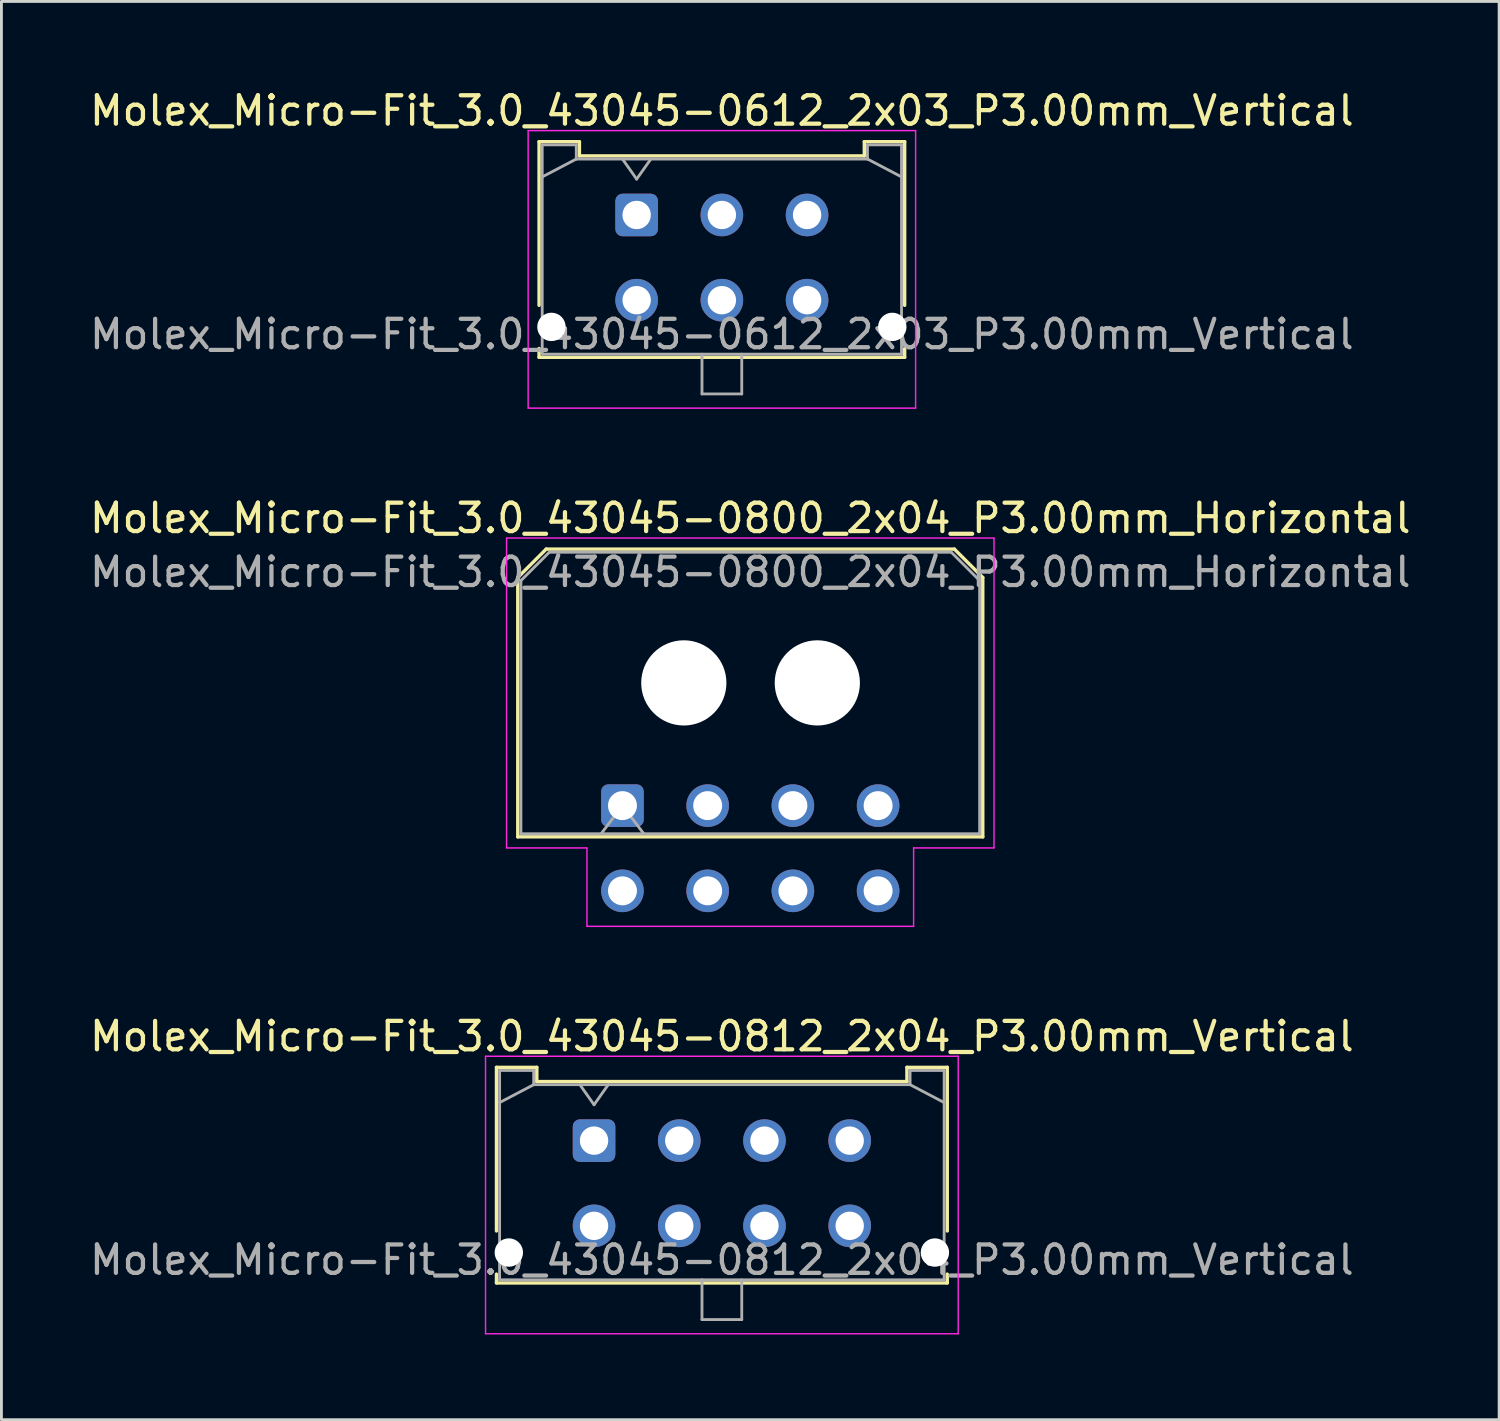
<source format=kicad_pcb>
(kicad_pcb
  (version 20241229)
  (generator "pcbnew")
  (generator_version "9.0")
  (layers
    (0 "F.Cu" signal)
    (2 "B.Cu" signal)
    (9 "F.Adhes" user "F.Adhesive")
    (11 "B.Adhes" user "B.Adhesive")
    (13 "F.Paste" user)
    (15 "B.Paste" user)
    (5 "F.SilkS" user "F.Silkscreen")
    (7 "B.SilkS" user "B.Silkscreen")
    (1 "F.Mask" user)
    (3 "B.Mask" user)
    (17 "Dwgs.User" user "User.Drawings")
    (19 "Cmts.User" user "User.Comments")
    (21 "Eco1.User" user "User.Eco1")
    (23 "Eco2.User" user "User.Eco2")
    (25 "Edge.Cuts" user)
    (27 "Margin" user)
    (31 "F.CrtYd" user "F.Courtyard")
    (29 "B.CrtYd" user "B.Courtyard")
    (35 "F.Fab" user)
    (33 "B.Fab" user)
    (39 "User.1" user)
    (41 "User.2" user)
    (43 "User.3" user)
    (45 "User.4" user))
  (footprint "Molex_Micro-Fit_3.0_43045-0800_2x04_P3.00mm_Horizontal"
    (layer "F.Cu")
    (at 18.863 25.311)
    (property "Reference" "Molex_Micro-Fit_3.0_43045-0800_2x04_P3.00mm_Horizontal" (at 4.5 -10.12 0) (layer "F.SilkS") (effects (font (size 1 1) (thickness 0.15))))
    (attr through_hole)
    (fp_line (start -3.685 -8.03) (end -2.685 -9.03) (stroke (width 0.12) (type solid)) (layer "F.SilkS"))
    (fp_line (start -3.685 1.1) (end -3.685 -8.03) (stroke (width 0.12) (type solid)) (layer "F.SilkS"))
    (fp_line (start -2.685 -9.03) (end 11.685 -9.03) (stroke (width 0.12) (type solid)) (layer "F.SilkS"))
    (fp_line (start 11.685 -9.03) (end 12.685 -8.03) (stroke (width 0.12) (type solid)) (layer "F.SilkS"))
    (fp_line (start 12.685 -8.03) (end 12.685 1.1) (stroke (width 0.12) (type solid)) (layer "F.SilkS"))
    (fp_line (start 12.685 1.1) (end -3.685 1.1) (stroke (width 0.12) (type solid)) (layer "F.SilkS"))
    (fp_line (start -4.08 -9.42) (end 13.08 -9.42) (stroke (width 0.05) (type solid)) (layer "F.CrtYd"))
    (fp_line (start -4.08 1.49) (end -4.08 -9.42) (stroke (width 0.05) (type solid)) (layer "F.CrtYd"))
    (fp_line (start -1.25 1.49) (end -4.08 1.49) (stroke (width 0.05) (type solid)) (layer "F.CrtYd"))
    (fp_line (start -1.25 4.25) (end -1.25 1.49) (stroke (width 0.05) (type solid)) (layer "F.CrtYd"))
    (fp_line (start 10.25 1.49) (end 10.25 4.25) (stroke (width 0.05) (type solid)) (layer "F.CrtYd"))
    (fp_line (start 10.25 4.25) (end -1.25 4.25) (stroke (width 0.05) (type solid)) (layer "F.CrtYd"))
    (fp_line (start 13.08 -9.42) (end 13.08 1.49) (stroke (width 0.05) (type solid)) (layer "F.CrtYd"))
    (fp_line (start 13.08 1.49) (end 10.25 1.49) (stroke (width 0.05) (type solid)) (layer "F.CrtYd"))
    (fp_line (start -3.575 -7.92) (end -2.575 -8.92) (stroke (width 0.1) (type solid)) (layer "F.Fab"))
    (fp_line (start -3.575 0.99) (end -3.575 -7.92) (stroke (width 0.1) (type solid)) (layer "F.Fab"))
    (fp_line (start -2.575 -8.92) (end 11.575 -8.92) (stroke (width 0.1) (type solid)) (layer "F.Fab"))
    (fp_line (start -0.75 0.99) (end 0 0) (stroke (width 0.1) (type solid)) (layer "F.Fab"))
    (fp_line (start 0 0) (end 0.75 0.99) (stroke (width 0.1) (type solid)) (layer "F.Fab"))
    (fp_line (start 11.575 -8.92) (end 12.575 -7.92) (stroke (width 0.1) (type solid)) (layer "F.Fab"))
    (fp_line (start 12.575 -7.92) (end 12.575 0.99) (stroke (width 0.1) (type solid)) (layer "F.Fab"))
    (fp_line (start 12.575 0.99) (end -3.575 0.99) (stroke (width 0.1) (type solid)) (layer "F.Fab"))
    (fp_text user "${REFERENCE}" (at 4.5 -8.22 0) (layer "F.Fab") (effects (font (size 1 1) (thickness 0.15))))
    (pad "" np_thru_hole circle (at 2.16 -4.32) (size 3 3) (drill 3) (layers "*.Cu" "*.Mask"))
    (pad "" np_thru_hole circle (at 6.86 -4.32) (size 3 3) (drill 3) (layers "*.Cu" "*.Mask"))
    (pad "1" thru_hole roundrect (at 0 0) (size 1.5 1.5) (drill 1.02) (layers "*.Cu" "*.Mask") (roundrect_rratio 0.167))
    (pad "2" thru_hole circle (at 3 0) (size 1.5 1.5) (drill 1.02) (layers "*.Cu" "*.Mask"))
    (pad "3" thru_hole circle (at 6 0) (size 1.5 1.5) (drill 1.02) (layers "*.Cu" "*.Mask"))
    (pad "4" thru_hole circle (at 9 0) (size 1.5 1.5) (drill 1.02) (layers "*.Cu" "*.Mask"))
    (pad "5" thru_hole circle (at 0 3) (size 1.5 1.5) (drill 1.02) (layers "*.Cu" "*.Mask"))
    (pad "6" thru_hole circle (at 3 3) (size 1.5 1.5) (drill 1.02) (layers "*.Cu" "*.Mask"))
    (pad "7" thru_hole circle (at 6 3) (size 1.5 1.5) (drill 1.02) (layers "*.Cu" "*.Mask"))
    (pad "8" thru_hole circle (at 9 3) (size 1.5 1.5) (drill 1.02) (layers "*.Cu" "*.Mask")))
  (footprint "Molex_Micro-Fit_3.0_43045-0612_2x03_P3.00mm_Vertical"
    (layer "F.Cu")
    (at 19.363 4.518)
    (property "Reference" "Molex_Micro-Fit_3.0_43045-0612_2x03_P3.00mm_Vertical" (at 3 -3.67 0) (layer "F.SilkS") (effects (font (size 1 1) (thickness 0.15))))
    (attr through_hole)
    (fp_line (start -3.435 -2.58) (end -2.015 -2.58) (stroke (width 0.12) (type solid)) (layer "F.SilkS"))
    (fp_line (start -3.435 3.18) (end -3.435 -2.58) (stroke (width 0.12) (type solid)) (layer "F.SilkS"))
    (fp_line (start -3.435 4.7) (end -3.435 5.01) (stroke (width 0.12) (type solid)) (layer "F.SilkS"))
    (fp_line (start -3.435 5.01) (end 9.435 5.01) (stroke (width 0.12) (type solid)) (layer "F.SilkS"))
    (fp_line (start -2.015 -2.58) (end -2.015 -2.08) (stroke (width 0.12) (type solid)) (layer "F.SilkS"))
    (fp_line (start -2.015 -2.08) (end 8.015 -2.08) (stroke (width 0.12) (type solid)) (layer "F.SilkS"))
    (fp_line (start 8.015 -2.58) (end 9.435 -2.58) (stroke (width 0.12) (type solid)) (layer "F.SilkS"))
    (fp_line (start 8.015 -2.08) (end 8.015 -2.58) (stroke (width 0.12) (type solid)) (layer "F.SilkS"))
    (fp_line (start 9.435 -2.58) (end 9.435 3.18) (stroke (width 0.12) (type solid)) (layer "F.SilkS"))
    (fp_line (start 9.435 5.01) (end 9.435 4.7) (stroke (width 0.12) (type solid)) (layer "F.SilkS"))
    (fp_line (start -3.82 -2.97) (end 9.82 -2.97) (stroke (width 0.05) (type solid)) (layer "F.CrtYd"))
    (fp_line (start -3.82 6.8) (end -3.82 -2.97) (stroke (width 0.05) (type solid)) (layer "F.CrtYd"))
    (fp_line (start 9.82 -2.97) (end 9.82 6.8) (stroke (width 0.05) (type solid)) (layer "F.CrtYd"))
    (fp_line (start 9.82 6.8) (end -3.82 6.8) (stroke (width 0.05) (type solid)) (layer "F.CrtYd"))
    (fp_line (start -3.325 -2.47) (end -3.325 4.9) (stroke (width 0.1) (type solid)) (layer "F.Fab"))
    (fp_line (start -3.325 -1.34) (end -2.125 -1.97) (stroke (width 0.1) (type solid)) (layer "F.Fab"))
    (fp_line (start -3.325 4.9) (end 9.325 4.9) (stroke (width 0.1) (type solid)) (layer "F.Fab"))
    (fp_line (start -2.125 -2.47) (end -3.325 -2.47) (stroke (width 0.1) (type solid)) (layer "F.Fab"))
    (fp_line (start -2.125 -1.97) (end -2.125 -2.47) (stroke (width 0.1) (type solid)) (layer "F.Fab"))
    (fp_line (start -0.5 -1.97) (end 0 -1.263) (stroke (width 0.1) (type solid)) (layer "F.Fab"))
    (fp_line (start 0 -1.263) (end 0.5 -1.97) (stroke (width 0.1) (type solid)) (layer "F.Fab"))
    (fp_line (start 2.3 4.9) (end 2.3 6.3) (stroke (width 0.1) (type solid)) (layer "F.Fab"))
    (fp_line (start 2.3 6.3) (end 3.7 6.3) (stroke (width 0.1) (type solid)) (layer "F.Fab"))
    (fp_line (start 3.7 6.3) (end 3.7 4.9) (stroke (width 0.1) (type solid)) (layer "F.Fab"))
    (fp_line (start 8.125 -2.47) (end 8.125 -1.97) (stroke (width 0.1) (type solid)) (layer "F.Fab"))
    (fp_line (start 8.125 -1.97) (end -2.125 -1.97) (stroke (width 0.1) (type solid)) (layer "F.Fab"))
    (fp_line (start 9.325 -2.47) (end 8.125 -2.47) (stroke (width 0.1) (type solid)) (layer "F.Fab"))
    (fp_line (start 9.325 -1.34) (end 8.125 -1.97) (stroke (width 0.1) (type solid)) (layer "F.Fab"))
    (fp_line (start 9.325 4.9) (end 9.325 -2.47) (stroke (width 0.1) (type solid)) (layer "F.Fab"))
    (fp_text user "${REFERENCE}" (at 3 4.2 0) (layer "F.Fab") (effects (font (size 1 1) (thickness 0.15))))
    (pad "" np_thru_hole circle (at -3 3.94) (size 1 1) (drill 1) (layers "*.Cu" "*.Mask"))
    (pad "" np_thru_hole circle (at 9 3.94) (size 1 1) (drill 1) (layers "*.Cu" "*.Mask"))
    (pad "1" thru_hole roundrect (at 0 0) (size 1.5 1.5) (drill 1) (layers "*.Cu" "*.Mask") (roundrect_rratio 0.167))
    (pad "2" thru_hole circle (at 3 0) (size 1.5 1.5) (drill 1) (layers "*.Cu" "*.Mask"))
    (pad "3" thru_hole circle (at 6 0) (size 1.5 1.5) (drill 1) (layers "*.Cu" "*.Mask"))
    (pad "4" thru_hole circle (at 0 3) (size 1.5 1.5) (drill 1) (layers "*.Cu" "*.Mask"))
    (pad "5" thru_hole circle (at 3 3) (size 1.5 1.5) (drill 1) (layers "*.Cu" "*.Mask"))
    (pad "6" thru_hole circle (at 6 3) (size 1.5 1.5) (drill 1) (layers "*.Cu" "*.Mask")))
  (footprint "Molex_Micro-Fit_3.0_43045-0812_2x04_P3.00mm_Vertical"
    (layer "F.Cu")
    (at 17.863 37.105)
    (property "Reference" "Molex_Micro-Fit_3.0_43045-0812_2x04_P3.00mm_Vertical" (at 4.5 -3.67 0) (layer "F.SilkS") (effects (font (size 1 1) (thickness 0.15))))
    (attr through_hole)
    (fp_line (start -3.435 -2.58) (end -2.015 -2.58) (stroke (width 0.12) (type solid)) (layer "F.SilkS"))
    (fp_line (start -3.435 3.18) (end -3.435 -2.58) (stroke (width 0.12) (type solid)) (layer "F.SilkS"))
    (fp_line (start -3.435 4.7) (end -3.435 5.01) (stroke (width 0.12) (type solid)) (layer "F.SilkS"))
    (fp_line (start -3.435 5.01) (end 12.435 5.01) (stroke (width 0.12) (type solid)) (layer "F.SilkS"))
    (fp_line (start -2.015 -2.58) (end -2.015 -2.08) (stroke (width 0.12) (type solid)) (layer "F.SilkS"))
    (fp_line (start -2.015 -2.08) (end 11.015 -2.08) (stroke (width 0.12) (type solid)) (layer "F.SilkS"))
    (fp_line (start 11.015 -2.58) (end 12.435 -2.58) (stroke (width 0.12) (type solid)) (layer "F.SilkS"))
    (fp_line (start 11.015 -2.08) (end 11.015 -2.58) (stroke (width 0.12) (type solid)) (layer "F.SilkS"))
    (fp_line (start 12.435 -2.58) (end 12.435 3.18) (stroke (width 0.12) (type solid)) (layer "F.SilkS"))
    (fp_line (start 12.435 5.01) (end 12.435 4.7) (stroke (width 0.12) (type solid)) (layer "F.SilkS"))
    (fp_line (start -3.82 -2.97) (end 12.82 -2.97) (stroke (width 0.05) (type solid)) (layer "F.CrtYd"))
    (fp_line (start -3.82 6.8) (end -3.82 -2.97) (stroke (width 0.05) (type solid)) (layer "F.CrtYd"))
    (fp_line (start 12.82 -2.97) (end 12.82 6.8) (stroke (width 0.05) (type solid)) (layer "F.CrtYd"))
    (fp_line (start 12.82 6.8) (end -3.82 6.8) (stroke (width 0.05) (type solid)) (layer "F.CrtYd"))
    (fp_line (start -3.325 -2.47) (end -3.325 4.9) (stroke (width 0.1) (type solid)) (layer "F.Fab"))
    (fp_line (start -3.325 -1.34) (end -2.125 -1.97) (stroke (width 0.1) (type solid)) (layer "F.Fab"))
    (fp_line (start -3.325 4.9) (end 12.325 4.9) (stroke (width 0.1) (type solid)) (layer "F.Fab"))
    (fp_line (start -2.125 -2.47) (end -3.325 -2.47) (stroke (width 0.1) (type solid)) (layer "F.Fab"))
    (fp_line (start -2.125 -1.97) (end -2.125 -2.47) (stroke (width 0.1) (type solid)) (layer "F.Fab"))
    (fp_line (start -0.5 -1.97) (end 0 -1.263) (stroke (width 0.1) (type solid)) (layer "F.Fab"))
    (fp_line (start 0 -1.263) (end 0.5 -1.97) (stroke (width 0.1) (type solid)) (layer "F.Fab"))
    (fp_line (start 3.8 4.9) (end 3.8 6.3) (stroke (width 0.1) (type solid)) (layer "F.Fab"))
    (fp_line (start 3.8 6.3) (end 5.2 6.3) (stroke (width 0.1) (type solid)) (layer "F.Fab"))
    (fp_line (start 5.2 6.3) (end 5.2 4.9) (stroke (width 0.1) (type solid)) (layer "F.Fab"))
    (fp_line (start 11.125 -2.47) (end 11.125 -1.97) (stroke (width 0.1) (type solid)) (layer "F.Fab"))
    (fp_line (start 11.125 -1.97) (end -2.125 -1.97) (stroke (width 0.1) (type solid)) (layer "F.Fab"))
    (fp_line (start 12.325 -2.47) (end 11.125 -2.47) (stroke (width 0.1) (type solid)) (layer "F.Fab"))
    (fp_line (start 12.325 -1.34) (end 11.125 -1.97) (stroke (width 0.1) (type solid)) (layer "F.Fab"))
    (fp_line (start 12.325 4.9) (end 12.325 -2.47) (stroke (width 0.1) (type solid)) (layer "F.Fab"))
    (fp_text user "${REFERENCE}" (at 4.5 4.2 0) (layer "F.Fab") (effects (font (size 1 1) (thickness 0.15))))
    (pad "" np_thru_hole circle (at -3 3.94) (size 1 1) (drill 1) (layers "*.Cu" "*.Mask"))
    (pad "" np_thru_hole circle (at 12 3.94) (size 1 1) (drill 1) (layers "*.Cu" "*.Mask"))
    (pad "1" thru_hole roundrect (at 0 0) (size 1.5 1.5) (drill 1) (layers "*.Cu" "*.Mask") (roundrect_rratio 0.167))
    (pad "2" thru_hole circle (at 3 0) (size 1.5 1.5) (drill 1) (layers "*.Cu" "*.Mask"))
    (pad "3" thru_hole circle (at 6 0) (size 1.5 1.5) (drill 1) (layers "*.Cu" "*.Mask"))
    (pad "4" thru_hole circle (at 9 0) (size 1.5 1.5) (drill 1) (layers "*.Cu" "*.Mask"))
    (pad "5" thru_hole circle (at 0 3) (size 1.5 1.5) (drill 1) (layers "*.Cu" "*.Mask"))
    (pad "6" thru_hole circle (at 3 3) (size 1.5 1.5) (drill 1) (layers "*.Cu" "*.Mask"))
    (pad "7" thru_hole circle (at 6 3) (size 1.5 1.5) (drill 1) (layers "*.Cu" "*.Mask"))
    (pad "8" thru_hole circle (at 9 3) (size 1.5 1.5) (drill 1) (layers "*.Cu" "*.Mask")))
  (gr_rect
    (start -3 -3)
    (end 49.726 46.93)
    (stroke (width 0.1) (type default))
    (fill no)
    (layer "Edge.Cuts")))
</source>
